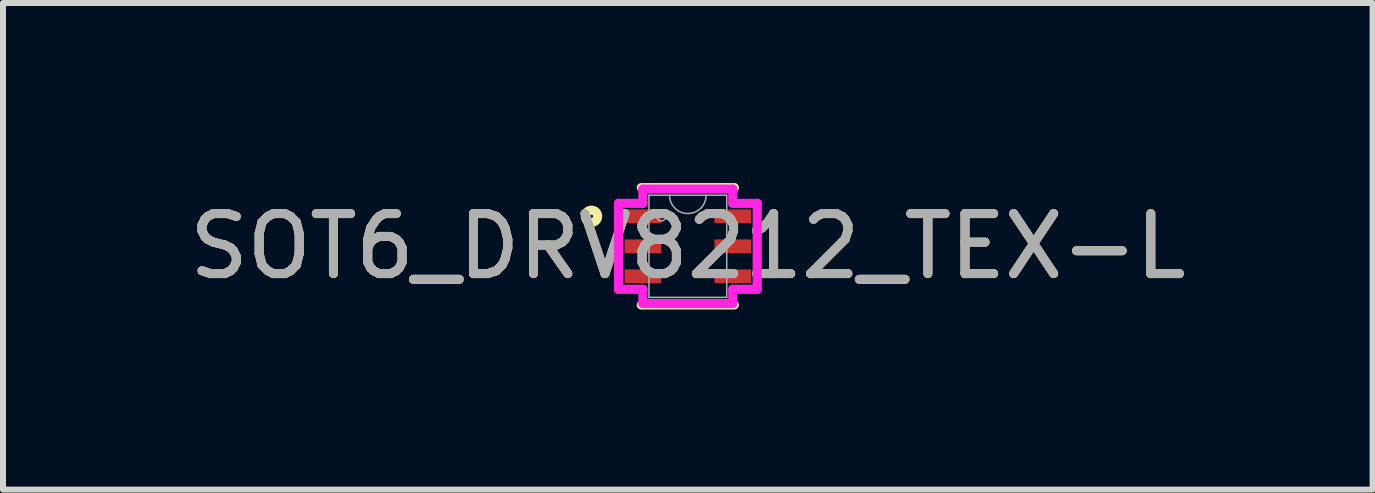
<source format=kicad_pcb>
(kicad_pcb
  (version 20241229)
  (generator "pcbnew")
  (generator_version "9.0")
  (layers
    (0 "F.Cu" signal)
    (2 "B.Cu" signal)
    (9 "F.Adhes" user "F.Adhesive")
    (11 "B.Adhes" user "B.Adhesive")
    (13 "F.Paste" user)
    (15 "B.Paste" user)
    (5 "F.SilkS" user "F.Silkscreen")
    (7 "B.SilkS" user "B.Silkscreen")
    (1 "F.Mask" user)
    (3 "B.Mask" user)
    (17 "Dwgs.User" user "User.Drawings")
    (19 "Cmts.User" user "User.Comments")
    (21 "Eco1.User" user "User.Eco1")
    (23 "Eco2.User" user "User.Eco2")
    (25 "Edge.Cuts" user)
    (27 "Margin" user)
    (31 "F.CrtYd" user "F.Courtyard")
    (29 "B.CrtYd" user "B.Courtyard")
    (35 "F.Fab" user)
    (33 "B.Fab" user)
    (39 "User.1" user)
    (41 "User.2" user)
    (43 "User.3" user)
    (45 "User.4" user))
  (footprint "SOT6_DRV8212_TEX-L"
    (layer "F.Cu")
    (at 8.411 1.054)
    (property "Reference" "SOT6_DRV8212_TEX-L" (at 0 0 0) (unlocked yes) (layer "F.SilkS") (effects (font (size 1 1) (thickness 0.15))))
    (attr smd)
    (fp_line (start -0.775 0.978) (end 0.775 0.978) (stroke (width 0.152) (type solid)) (layer "F.SilkS"))
    (fp_line (start 0.775 -0.978) (end -0.775 -0.978) (stroke (width 0.152) (type solid)) (layer "F.SilkS"))
    (fp_circle (center -1.605 -0.5) (end -1.503 -0.5) (stroke (width 0.152) (type solid)) (fill no) (layer "F.SilkS"))
    (fp_line (start -1.156 -0.716) (end -0.749 -0.716) (stroke (width 0.152) (type solid)) (layer "F.CrtYd"))
    (fp_line (start -1.156 0.716) (end -1.156 -0.716) (stroke (width 0.152) (type solid)) (layer "F.CrtYd"))
    (fp_line (start -1.156 0.716) (end -0.749 0.716) (stroke (width 0.152) (type solid)) (layer "F.CrtYd"))
    (fp_line (start -0.749 -0.953) (end 0.749 -0.953) (stroke (width 0.152) (type solid)) (layer "F.CrtYd"))
    (fp_line (start -0.749 -0.716) (end -0.749 -0.953) (stroke (width 0.152) (type solid)) (layer "F.CrtYd"))
    (fp_line (start -0.749 0.953) (end -0.749 0.716) (stroke (width 0.152) (type solid)) (layer "F.CrtYd"))
    (fp_line (start 0.749 -0.953) (end 0.749 -0.716) (stroke (width 0.152) (type solid)) (layer "F.CrtYd"))
    (fp_line (start 0.749 0.716) (end 0.749 0.953) (stroke (width 0.152) (type solid)) (layer "F.CrtYd"))
    (fp_line (start 0.749 0.953) (end -0.749 0.953) (stroke (width 0.152) (type solid)) (layer "F.CrtYd"))
    (fp_line (start 1.156 -0.716) (end 0.749 -0.716) (stroke (width 0.152) (type solid)) (layer "F.CrtYd"))
    (fp_line (start 1.156 -0.716) (end 1.156 0.716) (stroke (width 0.152) (type solid)) (layer "F.CrtYd"))
    (fp_line (start 1.156 0.716) (end 0.749 0.716) (stroke (width 0.152) (type solid)) (layer "F.CrtYd"))
    (fp_line (start -0.648 -0.851) (end -0.648 0.851) (stroke (width 0.025) (type solid)) (layer "F.Fab"))
    (fp_line (start -0.648 0.851) (end 0.648 0.851) (stroke (width 0.025) (type solid)) (layer "F.Fab"))
    (fp_line (start 0.648 -0.851) (end -0.648 -0.851) (stroke (width 0.025) (type solid)) (layer "F.Fab"))
    (fp_line (start 0.648 0.851) (end 0.648 -0.851) (stroke (width 0.025) (type solid)) (layer "F.Fab"))
    (fp_arc (start 0.3048 -0.8509) (mid 0 -0.5461) (end -0.3048 -0.8509) (stroke (width 0.0254) (type solid)) (layer "F.Fab"))
    (fp_circle (center -0.445 -0.5) (end -0.368 -0.5) (stroke (width 0.025) (type solid)) (fill no) (layer "F.Fab"))
    (fp_text user "${REFERENCE}" (at 0 0 0) (unlocked yes) (layer "F.Fab") (effects (font (size 1 1) (thickness 0.15))))
    (pad "1" smd rect (at -0.749 -0.5) (size 0.61 0.229) (layers "F.Cu" "F.Mask" "F.Paste"))
    (pad "2" smd rect (at -0.749 0) (size 0.61 0.229) (layers "F.Cu" "F.Mask" "F.Paste"))
    (pad "3" smd rect (at -0.749 0.5) (size 0.61 0.229) (layers "F.Cu" "F.Mask" "F.Paste"))
    (pad "4" smd rect (at 0.749 0.5) (size 0.61 0.229) (layers "F.Cu" "F.Mask" "F.Paste"))
    (pad "5" smd rect (at 0.749 0) (size 0.61 0.229) (layers "F.Cu" "F.Mask" "F.Paste"))
    (pad "6" smd rect (at 0.749 -0.5) (size 0.61 0.229) (layers "F.Cu" "F.Mask" "F.Paste")))
  (gr_rect
    (start -3 -3)
    (end 19.821 5.108)
    (stroke (width 0.1) (type default))
    (fill no)
    (layer "Edge.Cuts")))
</source>
